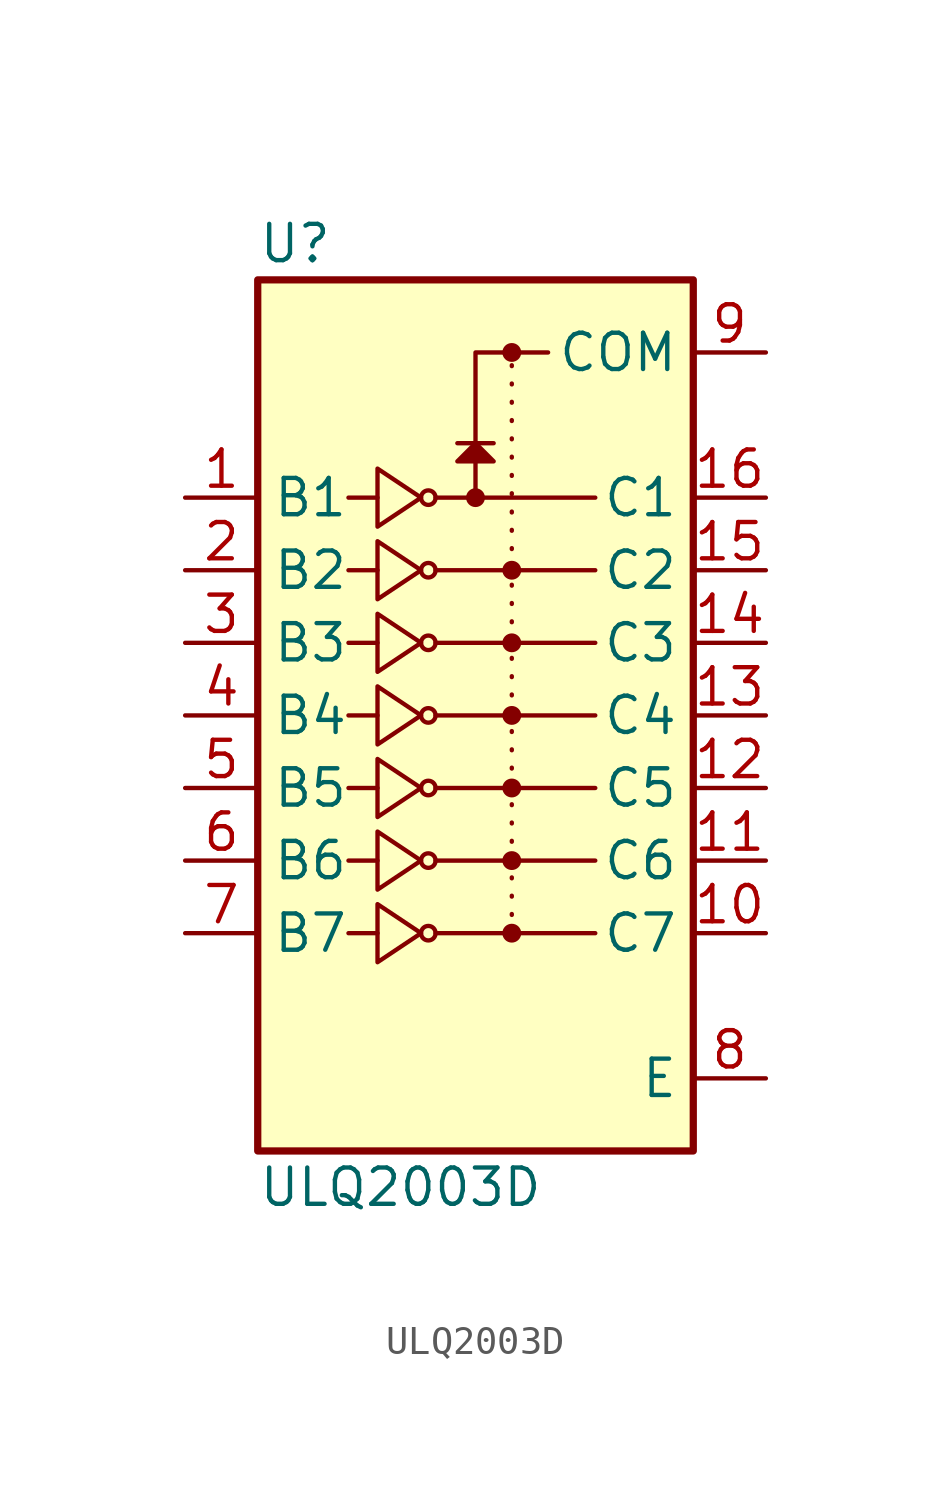
<source format=kicad_sym>
(kicad_symbol_lib
  (version 20231120)
  (generator "kicad_symbol_editor")
  (generator_version "8.0")
  (symbol "ULQ2003D"
    (property "Reference" "U"
      (at 0 1.27 0)
      (do_not_autoplace)
      (effects (font (size 1.27 1.27)) (justify left)))
    (property "Value" "ULQ2003D"
      (at 0 -31.75 0)
      (do_not_autoplace)
      (effects (font (size 1.27 1.27)) (justify left)))
    (symbol "ULQ2003D_0_1"
      (polyline (pts (xy 3.175 -22.86) (xy 4.191 -22.86)) (stroke (width 0) (type default)) (fill (type none)))
      (polyline (pts (xy 3.175 -20.32) (xy 4.191 -20.32)) (stroke (width 0) (type default)) (fill (type none)))
      (polyline (pts (xy 3.175 -17.78) (xy 4.191 -17.78)) (stroke (width 0) (type default)) (fill (type none)))
      (polyline (pts (xy 3.175 -15.24) (xy 4.191 -15.24)) (stroke (width 0) (type default)) (fill (type none)))
      (polyline (pts (xy 3.175 -12.7) (xy 4.191 -12.7)) (stroke (width 0) (type default)) (fill (type none)))
      (polyline (pts (xy 3.175 -10.16) (xy 4.191 -10.16)) (stroke (width 0) (type default)) (fill (type none)))
      (polyline (pts (xy 3.175 -7.62) (xy 4.191 -7.62)) (stroke (width 0) (type default)) (fill (type none)))
      (polyline (pts (xy 6.223 -22.86) (xy 11.811 -22.86)) (stroke (width 0) (type default)) (fill (type none)))
      (polyline (pts (xy 6.223 -20.32) (xy 11.811 -20.32)) (stroke (width 0) (type default)) (fill (type none)))
      (polyline (pts (xy 6.223 -17.78) (xy 11.811 -17.78)) (stroke (width 0) (type default)) (fill (type none)))
      (polyline (pts (xy 6.223 -15.24) (xy 11.811 -15.24)) (stroke (width 0) (type default)) (fill (type none)))
      (polyline (pts (xy 6.223 -12.7) (xy 11.811 -12.7)) (stroke (width 0) (type default)) (fill (type none)))
      (polyline (pts (xy 6.223 -10.16) (xy 11.811 -10.16)) (stroke (width 0) (type default)) (fill (type none)))
      (polyline (pts (xy 6.223 -7.62) (xy 11.811 -7.62)) (stroke (width 0) (type default)) (fill (type none)))
      (polyline (pts (xy 8.255 -5.715) (xy 6.985 -5.715)) (stroke (width 0) (type default)) (fill (type none)))
      (polyline (pts (xy 7.62 -7.62) (xy 7.62 -2.54) (xy 10.16 -2.54)) (stroke (width 0) (type default)) (fill (type none)))
      (polyline (pts (xy 4.191 -21.844) (xy 4.191 -23.876) (xy 5.715 -22.86) (xy 4.191 -21.844)) (stroke (width 0) (type default)) (fill (type none)))
      (polyline (pts (xy 4.191 -19.304) (xy 4.191 -21.336) (xy 5.715 -20.32) (xy 4.191 -19.304)) (stroke (width 0) (type default)) (fill (type none)))
      (polyline (pts (xy 4.191 -16.764) (xy 4.191 -18.796) (xy 5.715 -17.78) (xy 4.191 -16.764)) (stroke (width 0) (type default)) (fill (type none)))
      (polyline (pts (xy 4.191 -14.224) (xy 4.191 -16.256) (xy 5.715 -15.24) (xy 4.191 -14.224)) (stroke (width 0) (type default)) (fill (type none)))
      (polyline (pts (xy 4.191 -11.684) (xy 4.191 -13.716) (xy 5.715 -12.7) (xy 4.191 -11.684)) (stroke (width 0) (type default)) (fill (type none)))
      (polyline (pts (xy 4.191 -9.144) (xy 4.191 -11.176) (xy 5.715 -10.16) (xy 4.191 -9.144)) (stroke (width 0) (type default)) (fill (type none)))
      (polyline (pts (xy 4.191 -6.604) (xy 4.191 -8.636) (xy 5.715 -7.62) (xy 4.191 -6.604)) (stroke (width 0) (type default)) (fill (type none)))
      (rectangle (start 0 0) (end 15.24 -30.48) (stroke (width 0.254) (type default)) (fill (type background)))
      (circle (center 5.969 -22.86) (radius 0.254) (stroke (width 0) (type default)) (fill (type none)))
      (circle (center 5.969 -20.32) (radius 0.254) (stroke (width 0) (type default)) (fill (type none)))
      (circle (center 5.969 -17.78) (radius 0.254) (stroke (width 0) (type default)) (fill (type none)))
      (circle (center 5.969 -15.24) (radius 0.254) (stroke (width 0) (type default)) (fill (type none)))
      (circle (center 5.969 -12.7) (radius 0.254) (stroke (width 0) (type default)) (fill (type none)))
      (circle (center 5.969 -10.16) (radius 0.254) (stroke (width 0) (type default)) (fill (type none)))
      (circle (center 5.969 -7.62) (radius 0.254) (stroke (width 0) (type default)) (fill (type none)))
      (circle (center 7.62 -7.62) (radius 0.254) (stroke (width 0) (type default)) (fill (type outline)))
      (circle (center 8.89 -22.86) (radius 0.254) (stroke (width 0) (type default)) (fill (type outline)))
      (circle (center 8.89 -20.32) (radius 0.254) (stroke (width 0) (type default)) (fill (type outline)))
      (circle (center 8.89 -17.78) (radius 0.254) (stroke (width 0) (type default)) (fill (type outline)))
      (circle (center 8.89 -15.24) (radius 0.254) (stroke (width 0) (type default)) (fill (type outline)))
      (circle (center 8.89 -12.7) (radius 0.254) (stroke (width 0) (type default)) (fill (type outline)))
      (circle (center 8.89 -10.16) (radius 0.254) (stroke (width 0) (type default)) (fill (type outline)))
      (circle (center 8.89 -2.54) (radius 0.254) (stroke (width 0) (type default)) (fill (type outline))))
    (symbol "ULQ2003D_1_1"
      (polyline (pts (xy 8.89 -22.86) (xy 8.89 -2.54)) (stroke (width 0) (type dot)) (fill (type none)))
      (polyline (pts (xy 8.255 -6.35) (xy 6.985 -6.35) (xy 7.62 -5.715) (xy 8.255 -6.35)) (stroke (width 0) (type default)) (fill (type outline)))
      (pin input line (at -2.54 -7.62 0) (length 2.54) (name "B1" (effects (font (size 1.27 1.27)))) (number "1" (effects (font (size 1.27 1.27)))))
      (pin open_collector line (at 17.78 -22.86 180) (length 2.54) (name "C7" (effects (font (size 1.27 1.27)))) (number "10" (effects (font (size 1.27 1.27)))))
      (pin open_collector line (at 17.78 -20.32 180) (length 2.54) (name "C6" (effects (font (size 1.27 1.27)))) (number "11" (effects (font (size 1.27 1.27)))))
      (pin open_collector line (at 17.78 -17.78 180) (length 2.54) (name "C5" (effects (font (size 1.27 1.27)))) (number "12" (effects (font (size 1.27 1.27)))))
      (pin open_collector line (at 17.78 -15.24 180) (length 2.54) (name "C4" (effects (font (size 1.27 1.27)))) (number "13" (effects (font (size 1.27 1.27)))))
      (pin open_collector line (at 17.78 -12.7 180) (length 2.54) (name "C3" (effects (font (size 1.27 1.27)))) (number "14" (effects (font (size 1.27 1.27)))))
      (pin open_collector line (at 17.78 -10.16 180) (length 2.54) (name "C2" (effects (font (size 1.27 1.27)))) (number "15" (effects (font (size 1.27 1.27)))))
      (pin open_collector line (at 17.78 -7.62 180) (length 2.54) (name "C1" (effects (font (size 1.27 1.27)))) (number "16" (effects (font (size 1.27 1.27)))))
      (pin input line (at -2.54 -10.16 0) (length 2.54) (name "B2" (effects (font (size 1.27 1.27)))) (number "2" (effects (font (size 1.27 1.27)))))
      (pin input line (at -2.54 -12.7 0) (length 2.54) (name "B3" (effects (font (size 1.27 1.27)))) (number "3" (effects (font (size 1.27 1.27)))))
      (pin input line (at -2.54 -15.24 0) (length 2.54) (name "B4" (effects (font (size 1.27 1.27)))) (number "4" (effects (font (size 1.27 1.27)))))
      (pin input line (at -2.54 -17.78 0) (length 2.54) (name "B5" (effects (font (size 1.27 1.27)))) (number "5" (effects (font (size 1.27 1.27)))))
      (pin input line (at -2.54 -20.32 0) (length 2.54) (name "B6" (effects (font (size 1.27 1.27)))) (number "6" (effects (font (size 1.27 1.27)))))
      (pin input line (at -2.54 -22.86 0) (length 2.54) (name "B7" (effects (font (size 1.27 1.27)))) (number "7" (effects (font (size 1.27 1.27)))))
      (pin power_in line (at 17.78 -27.94 180) (length 2.54) (name "E" (effects (font (size 1.27 1.27)))) (number "8" (effects (font (size 1.27 1.27)))))
      (pin passive line (at 17.78 -2.54 180) (length 2.54) (name "COM" (effects (font (size 1.27 1.27)))) (number "9" (effects (font (size 1.27 1.27))))))))
</source>
